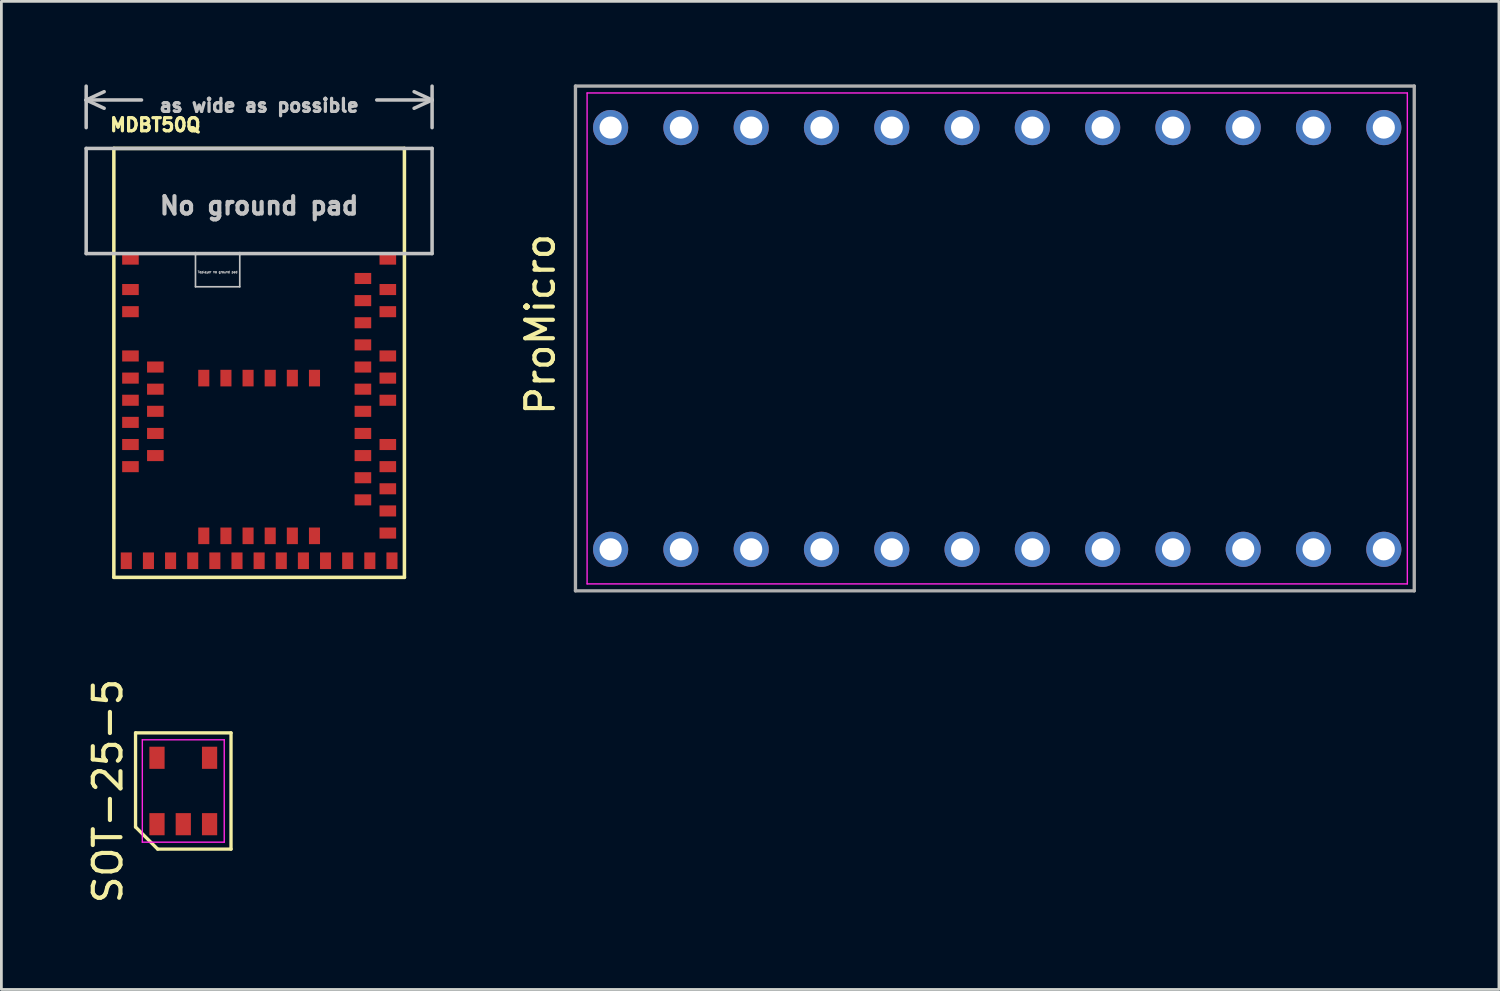
<source format=kicad_pcb>
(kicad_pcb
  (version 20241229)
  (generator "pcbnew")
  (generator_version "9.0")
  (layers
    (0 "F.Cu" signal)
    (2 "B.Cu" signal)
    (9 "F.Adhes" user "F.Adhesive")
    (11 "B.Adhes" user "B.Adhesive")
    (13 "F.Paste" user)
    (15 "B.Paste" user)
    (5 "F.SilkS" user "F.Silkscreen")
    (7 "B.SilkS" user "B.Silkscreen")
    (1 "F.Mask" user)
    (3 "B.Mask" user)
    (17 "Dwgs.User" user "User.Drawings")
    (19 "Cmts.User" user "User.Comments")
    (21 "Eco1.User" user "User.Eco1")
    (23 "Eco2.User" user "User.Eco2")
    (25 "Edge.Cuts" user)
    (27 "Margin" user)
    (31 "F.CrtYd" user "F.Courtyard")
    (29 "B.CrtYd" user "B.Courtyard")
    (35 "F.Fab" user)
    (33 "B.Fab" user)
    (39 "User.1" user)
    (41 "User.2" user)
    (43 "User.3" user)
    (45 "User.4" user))
  (footprint "MDBT50Q"
    (layer "F.Cu")
    (at 6.314 10.063)
    (property "Reference" "MDBT50Q" (at -3.75 -8.6 0) (layer "F.SilkS") (effects (font (size 0.472 0.472) (thickness 0.15))))
    (attr through_hole)
    (fp_line (start -5.25 -7.75) (end 5.25 -7.75) (stroke (width 0.127) (type solid)) (layer "F.SilkS"))
    (fp_line (start -5.25 7.75) (end -5.25 -7.75) (stroke (width 0.127) (type solid)) (layer "F.SilkS"))
    (fp_line (start 5.25 -7.75) (end 5.25 7.75) (stroke (width 0.127) (type solid)) (layer "F.SilkS"))
    (fp_line (start 5.25 7.75) (end -5.25 7.75) (stroke (width 0.127) (type solid)) (layer "F.SilkS"))
    (fp_line (start -6.25 -9.5) (end -6.25 -10) (stroke (width 0.127) (type solid)) (layer "Dwgs.User"))
    (fp_line (start -6.25 -9.5) (end -5.6 -9.8) (stroke (width 0.127) (type solid)) (layer "Dwgs.User"))
    (fp_line (start -6.25 -9.5) (end -5.6 -9.2) (stroke (width 0.127) (type solid)) (layer "Dwgs.User"))
    (fp_line (start -6.25 -9.5) (end -4.25 -9.5) (stroke (width 0.127) (type solid)) (layer "Dwgs.User"))
    (fp_line (start -6.25 -8.5) (end -6.25 -9.5) (stroke (width 0.127) (type solid)) (layer "Dwgs.User"))
    (fp_line (start -6.25 -7.75) (end -6.25 -3.95) (stroke (width 0.127) (type solid)) (layer "Dwgs.User"))
    (fp_line (start -6.25 -7.75) (end 6.25 -7.75) (stroke (width 0.127) (type solid)) (layer "Dwgs.User"))
    (fp_line (start -6.25 -3.95) (end -2.3 -3.95) (stroke (width 0.127) (type solid)) (layer "Dwgs.User"))
    (fp_line (start -2.3 -3.95) (end -2.3 -2.75) (stroke (width 0.06) (type solid)) (layer "Dwgs.User"))
    (fp_line (start -2.3 -3.95) (end -0.7 -3.95) (stroke (width 0.127) (type solid)) (layer "Dwgs.User"))
    (fp_line (start -2.3 -2.75) (end -0.7 -2.75) (stroke (width 0.06) (type solid)) (layer "Dwgs.User"))
    (fp_line (start -0.7 -3.95) (end -0.7 -2.75) (stroke (width 0.06) (type solid)) (layer "Dwgs.User"))
    (fp_line (start -0.7 -3.95) (end 6.25 -3.95) (stroke (width 0.127) (type solid)) (layer "Dwgs.User"))
    (fp_line (start 6.25 -10) (end 6.25 -9.5) (stroke (width 0.127) (type solid)) (layer "Dwgs.User"))
    (fp_line (start 6.25 -9.5) (end 4.25 -9.5) (stroke (width 0.127) (type solid)) (layer "Dwgs.User"))
    (fp_line (start 6.25 -9.5) (end 5.6 -9.8) (stroke (width 0.127) (type solid)) (layer "Dwgs.User"))
    (fp_line (start 6.25 -9.5) (end 5.6 -9.2) (stroke (width 0.127) (type solid)) (layer "Dwgs.User"))
    (fp_line (start 6.25 -9.5) (end 6.25 -8.5) (stroke (width 0.127) (type solid)) (layer "Dwgs.User"))
    (fp_line (start 6.25 -7.75) (end 6.25 -3.95) (stroke (width 0.127) (type solid)) (layer "Dwgs.User"))
    (fp_text user "No ground pad" (at 0 -5.68 0) (layer "Dwgs.User") (effects (font (size 0.63 0.63) (thickness 0.15))))
    (fp_text user "as wide as possible" (at 0 -9.3 0) (layer "Dwgs.User") (effects (font (size 0.472 0.472) (thickness 0.15))))
    (fp_text user "Toplayer no ground pad" (at -1.501 -3.282 0) (layer "Dwgs.User") (effects (font (size 0.079 0.079) (thickness 0.15))))
    (pad "1" smd rect (at -4.65 -3.75) (size 0.6 0.4) (layers "F.Cu" "F.Mask" "F.Paste"))
    (pad "2" smd rect (at -4.65 -2.65 180) (size 0.6 0.4) (layers "F.Cu" "F.Mask" "F.Paste"))
    (pad "3" smd rect (at -4.65 -1.85) (size 0.6 0.4) (layers "F.Cu" "F.Mask" "F.Paste"))
    (pad "4" smd rect (at -4.65 -0.25) (size 0.6 0.4) (layers "F.Cu" "F.Mask" "F.Paste"))
    (pad "5" smd rect (at -3.75 0.15) (size 0.6 0.4) (layers "F.Cu" "F.Mask" "F.Paste"))
    (pad "6" smd rect (at -4.65 0.55 180) (size 0.6 0.4) (layers "F.Cu" "F.Mask" "F.Paste"))
    (pad "7" smd rect (at -3.75 0.95) (size 0.6 0.4) (layers "F.Cu" "F.Mask" "F.Paste"))
    (pad "8" smd rect (at -4.65 1.35) (size 0.6 0.4) (layers "F.Cu" "F.Mask" "F.Paste"))
    (pad "9" smd rect (at -3.75 1.75) (size 0.6 0.4) (layers "F.Cu" "F.Mask" "F.Paste"))
    (pad "10" smd rect (at -4.65 2.15) (size 0.6 0.4) (layers "F.Cu" "F.Mask" "F.Paste"))
    (pad "11" smd rect (at -3.75 2.55) (size 0.6 0.4) (layers "F.Cu" "F.Mask" "F.Paste"))
    (pad "12" smd rect (at -4.65 2.95) (size 0.6 0.4) (layers "F.Cu" "F.Mask" "F.Paste"))
    (pad "13" smd rect (at -3.75 3.35) (size 0.6 0.4) (layers "F.Cu" "F.Mask" "F.Paste"))
    (pad "14" smd rect (at -4.65 3.75) (size 0.6 0.4) (layers "F.Cu" "F.Mask" "F.Paste"))
    (pad "15" smd rect (at -4.8 7.15 270) (size 0.6 0.4) (layers "F.Cu" "F.Mask" "F.Paste"))
    (pad "16" smd rect (at -4 7.15 270) (size 0.6 0.4) (layers "F.Cu" "F.Mask" "F.Paste"))
    (pad "17" smd rect (at -3.2 7.15 270) (size 0.6 0.4) (layers "F.Cu" "F.Mask" "F.Paste"))
    (pad "18" smd rect (at -2.4 7.15 90) (size 0.6 0.4) (layers "F.Cu" "F.Mask" "F.Paste"))
    (pad "19" smd rect (at -2 6.25 270) (size 0.6 0.4) (layers "F.Cu" "F.Mask" "F.Paste"))
    (pad "20" smd rect (at -1.6 7.15 90) (size 0.6 0.4) (layers "F.Cu" "F.Mask" "F.Paste"))
    (pad "21" smd rect (at -1.2 6.25 270) (size 0.6 0.4) (layers "F.Cu" "F.Mask" "F.Paste"))
    (pad "22" smd rect (at -0.8 7.15 90) (size 0.6 0.4) (layers "F.Cu" "F.Mask" "F.Paste"))
    (pad "23" smd rect (at -0.4 6.25 270) (size 0.6 0.4) (layers "F.Cu" "F.Mask" "F.Paste"))
    (pad "24" smd rect (at 0 7.15 90) (size 0.6 0.4) (layers "F.Cu" "F.Mask" "F.Paste"))
    (pad "25" smd rect (at 0.4 6.25 270) (size 0.6 0.4) (layers "F.Cu" "F.Mask" "F.Paste"))
    (pad "26" smd rect (at 0.8 7.15 90) (size 0.6 0.4) (layers "F.Cu" "F.Mask" "F.Paste"))
    (pad "27" smd rect (at 1.2 6.25 270) (size 0.6 0.4) (layers "F.Cu" "F.Mask" "F.Paste"))
    (pad "28" smd rect (at 1.6 7.15 90) (size 0.6 0.4) (layers "F.Cu" "F.Mask" "F.Paste"))
    (pad "29" smd rect (at 2 6.25 270) (size 0.6 0.4) (layers "F.Cu" "F.Mask" "F.Paste"))
    (pad "30" smd rect (at 2.4 7.15 90) (size 0.6 0.4) (layers "F.Cu" "F.Mask" "F.Paste"))
    (pad "31" smd rect (at 3.2 7.15 270) (size 0.6 0.4) (layers "F.Cu" "F.Mask" "F.Paste"))
    (pad "32" smd rect (at 4 7.15 270) (size 0.6 0.4) (layers "F.Cu" "F.Mask" "F.Paste"))
    (pad "33" smd rect (at 4.8 7.15 270) (size 0.6 0.4) (layers "F.Cu" "F.Mask" "F.Paste"))
    (pad "34" smd rect (at 4.65 6.15 180) (size 0.6 0.4) (layers "F.Cu" "F.Mask" "F.Paste"))
    (pad "35" smd rect (at 4.65 5.35 180) (size 0.6 0.4) (layers "F.Cu" "F.Mask" "F.Paste"))
    (pad "36" smd rect (at 3.75 4.95 180) (size 0.6 0.4) (layers "F.Cu" "F.Mask" "F.Paste"))
    (pad "37" smd rect (at 4.65 4.55 180) (size 0.6 0.4) (layers "F.Cu" "F.Mask" "F.Paste"))
    (pad "38" smd rect (at 3.75 4.15 180) (size 0.6 0.4) (layers "F.Cu" "F.Mask" "F.Paste"))
    (pad "39" smd rect (at 4.65 3.75 180) (size 0.6 0.4) (layers "F.Cu" "F.Mask" "F.Paste"))
    (pad "40" smd rect (at 3.75 3.35 180) (size 0.6 0.4) (layers "F.Cu" "F.Mask" "F.Paste"))
    (pad "41" smd rect (at 4.65 2.95 180) (size 0.6 0.4) (layers "F.Cu" "F.Mask" "F.Paste"))
    (pad "42" smd rect (at 3.75 2.55 180) (size 0.6 0.4) (layers "F.Cu" "F.Mask" "F.Paste"))
    (pad "43" smd rect (at 3.75 1.75 180) (size 0.6 0.4) (layers "F.Cu" "F.Mask" "F.Paste"))
    (pad "44" smd rect (at 4.65 1.35 180) (size 0.6 0.4) (layers "F.Cu" "F.Mask" "F.Paste"))
    (pad "45" smd rect (at 3.75 0.95 180) (size 0.6 0.4) (layers "F.Cu" "F.Mask" "F.Paste"))
    (pad "46" smd rect (at 4.65 0.55 180) (size 0.6 0.4) (layers "F.Cu" "F.Mask" "F.Paste"))
    (pad "47" smd rect (at 3.75 0.15 180) (size 0.6 0.4) (layers "F.Cu" "F.Mask" "F.Paste"))
    (pad "48" smd rect (at 4.65 -0.25 180) (size 0.6 0.4) (layers "F.Cu" "F.Mask" "F.Paste"))
    (pad "49" smd rect (at 3.75 -0.65 180) (size 0.6 0.4) (layers "F.Cu" "F.Mask" "F.Paste"))
    (pad "50" smd rect (at 3.75 -1.45 180) (size 0.6 0.4) (layers "F.Cu" "F.Mask" "F.Paste"))
    (pad "51" smd rect (at 4.65 -1.85 180) (size 0.6 0.4) (layers "F.Cu" "F.Mask" "F.Paste"))
    (pad "52" smd rect (at 3.75 -2.25 180) (size 0.6 0.4) (layers "F.Cu" "F.Mask" "F.Paste"))
    (pad "53" smd rect (at 4.65 -2.65 180) (size 0.6 0.4) (layers "F.Cu" "F.Mask" "F.Paste"))
    (pad "54" smd rect (at 3.75 -3.05 180) (size 0.6 0.4) (layers "F.Cu" "F.Mask" "F.Paste"))
    (pad "55" smd rect (at 4.65 -3.75 180) (size 0.6 0.4) (layers "F.Cu" "F.Mask" "F.Paste"))
    (pad "56" smd rect (at -2 0.55 270) (size 0.6 0.4) (layers "F.Cu" "F.Mask" "F.Paste"))
    (pad "57" smd rect (at -1.2 0.55 270) (size 0.6 0.4) (layers "F.Cu" "F.Mask" "F.Paste"))
    (pad "58" smd rect (at -0.4 0.55 270) (size 0.6 0.4) (layers "F.Cu" "F.Mask" "F.Paste"))
    (pad "59" smd rect (at 0.4 0.55 270) (size 0.6 0.4) (layers "F.Cu" "F.Mask" "F.Paste"))
    (pad "60" smd rect (at 1.2 0.55 270) (size 0.6 0.4) (layers "F.Cu" "F.Mask" "F.Paste"))
    (pad "61" smd rect (at 2 0.55 270) (size 0.6 0.4) (layers "F.Cu" "F.Mask" "F.Paste")))
  (footprint "ProMicro"
    (layer "F.Cu")
    (at 19.015 16.8)
    (property "Reference" "ProMicro" (at -2.54 -8.128 90) (layer "F.SilkS") (effects (font (size 1 1) (thickness 0.15))))
    (fp_line (start -0.85 -16.49) (end 28.79 -16.49) (stroke (width 0.05) (type solid)) (layer "F.CrtYd"))
    (fp_line (start -0.85 1.25) (end -0.85 -16.49) (stroke (width 0.05) (type solid)) (layer "F.CrtYd"))
    (fp_line (start 28.79 -16.49) (end 28.79 1.25) (stroke (width 0.05) (type solid)) (layer "F.CrtYd"))
    (fp_line (start 28.79 1.25) (end -0.85 1.25) (stroke (width 0.05) (type solid)) (layer "F.CrtYd"))
    (fp_line (start -1.27 -16.74) (end -1.27 1.5) (stroke (width 0.12) (type solid)) (layer "F.Fab"))
    (fp_line (start -1.27 1.5) (end 29.04 1.5) (stroke (width 0.12) (type solid)) (layer "F.Fab"))
    (fp_line (start 29.04 -16.74) (end -1.27 -16.74) (stroke (width 0.12) (type solid)) (layer "F.Fab"))
    (fp_line (start 29.04 1.5) (end 29.04 -16.74) (stroke (width 0.12) (type solid)) (layer "F.Fab"))
    (pad "1" thru_hole circle (at 0 0) (size 1.27 1.27) (drill 0.8) (layers "*.Cu" "*.Mask"))
    (pad "2" thru_hole circle (at 2.54 0) (size 1.27 1.27) (drill 0.8) (layers "*.Cu" "*.Mask"))
    (pad "3" thru_hole circle (at 5.08 0) (size 1.27 1.27) (drill 0.8) (layers "*.Cu" "*.Mask"))
    (pad "4" thru_hole circle (at 7.62 0) (size 1.27 1.27) (drill 0.8) (layers "*.Cu" "*.Mask"))
    (pad "5" thru_hole circle (at 10.16 0) (size 1.27 1.27) (drill 0.8) (layers "*.Cu" "*.Mask"))
    (pad "6" thru_hole circle (at 12.7 0) (size 1.27 1.27) (drill 0.8) (layers "*.Cu" "*.Mask"))
    (pad "7" thru_hole circle (at 15.24 0) (size 1.27 1.27) (drill 0.8) (layers "*.Cu" "*.Mask"))
    (pad "8" thru_hole circle (at 17.78 0) (size 1.27 1.27) (drill 0.8) (layers "*.Cu" "*.Mask"))
    (pad "9" thru_hole circle (at 20.32 0) (size 1.27 1.27) (drill 0.8) (layers "*.Cu" "*.Mask"))
    (pad "10" thru_hole circle (at 22.86 0) (size 1.27 1.27) (drill 0.8) (layers "*.Cu" "*.Mask"))
    (pad "11" thru_hole circle (at 25.4 0) (size 1.27 1.27) (drill 0.8) (layers "*.Cu" "*.Mask"))
    (pad "12" thru_hole circle (at 27.94 0) (size 1.27 1.27) (drill 0.8) (layers "*.Cu" "*.Mask"))
    (pad "13" thru_hole circle (at 0 -15.24) (size 1.27 1.27) (drill 0.8) (layers "*.Cu" "*.Mask"))
    (pad "14" thru_hole circle (at 2.54 -15.24) (size 1.27 1.27) (drill 0.8) (layers "*.Cu" "*.Mask"))
    (pad "15" thru_hole circle (at 5.08 -15.24) (size 1.27 1.27) (drill 0.8) (layers "*.Cu" "*.Mask"))
    (pad "16" thru_hole circle (at 7.62 -15.24) (size 1.27 1.27) (drill 0.8) (layers "*.Cu" "*.Mask"))
    (pad "17" thru_hole circle (at 10.16 -15.24) (size 1.27 1.27) (drill 0.8) (layers "*.Cu" "*.Mask"))
    (pad "18" thru_hole circle (at 12.7 -15.24) (size 1.27 1.27) (drill 0.8) (layers "*.Cu" "*.Mask"))
    (pad "19" thru_hole circle (at 15.24 -15.24) (size 1.27 1.27) (drill 0.8) (layers "*.Cu" "*.Mask"))
    (pad "20" thru_hole circle (at 17.78 -15.24) (size 1.27 1.27) (drill 0.8) (layers "*.Cu" "*.Mask"))
    (pad "21" thru_hole circle (at 20.32 -15.24) (size 1.27 1.27) (drill 0.8) (layers "*.Cu" "*.Mask"))
    (pad "22" thru_hole circle (at 22.86 -15.24) (size 1.27 1.27) (drill 0.8) (layers "*.Cu" "*.Mask"))
    (pad "23" thru_hole circle (at 25.4 -15.24) (size 1.27 1.27) (drill 0.8) (layers "*.Cu" "*.Mask"))
    (pad "24" thru_hole circle (at 27.94 -15.24) (size 1.27 1.27) (drill 0.8) (layers "*.Cu" "*.Mask")))
  (footprint "SOT-25-5"
    (layer "F.Cu")
    (at 3.573 25.533)
    (property "Reference" "SOT-25-5" (at -2.725 0 90) (layer "F.SilkS") (effects (font (size 1 1) (thickness 0.15))))
    (attr smd)
    (fp_line (start -1.725 -2.1) (end 1.725 -2.1) (stroke (width 0.12) (type solid)) (layer "F.SilkS"))
    (fp_line (start -1.725 1.3) (end -1.725 -2.1) (stroke (width 0.12) (type solid)) (layer "F.SilkS"))
    (fp_line (start -0.925 2.1) (end -1.725 1.3) (stroke (width 0.12) (type solid)) (layer "F.SilkS"))
    (fp_line (start 1.725 -2.1) (end 1.725 2.1) (stroke (width 0.12) (type solid)) (layer "F.SilkS"))
    (fp_line (start 1.725 2.1) (end -0.925 2.1) (stroke (width 0.12) (type solid)) (layer "F.SilkS"))
    (fp_line (start -1.48 -1.85) (end 1.48 -1.85) (stroke (width 0.05) (type solid)) (layer "F.CrtYd"))
    (fp_line (start -1.48 1.85) (end -1.48 -1.85) (stroke (width 0.05) (type solid)) (layer "F.CrtYd"))
    (fp_line (start 1.48 -1.85) (end 1.48 1.85) (stroke (width 0.05) (type solid)) (layer "F.CrtYd"))
    (fp_line (start 1.48 1.85) (end -1.48 1.85) (stroke (width 0.05) (type solid)) (layer "F.CrtYd"))
    (pad "1" smd rect (at -0.95 1.2) (size 0.55 0.8) (layers "F.Cu" "F.Mask" "F.Paste"))
    (pad "2" smd rect (at 0 1.2) (size 0.55 0.8) (layers "F.Cu" "F.Mask" "F.Paste"))
    (pad "3" smd rect (at 0.95 1.2) (size 0.55 0.8) (layers "F.Cu" "F.Mask" "F.Paste"))
    (pad "4" smd rect (at 0.95 -1.2) (size 0.55 0.8) (layers "F.Cu" "F.Mask" "F.Paste"))
    (pad "5" smd rect (at -0.95 -1.2) (size 0.55 0.8) (layers "F.Cu" "F.Mask" "F.Paste")))
  (gr_rect
    (start -3 -3)
    (end 51.115 32.705)
    (stroke (width 0.1) (type default))
    (fill no)
    (layer "Edge.Cuts")))
</source>
